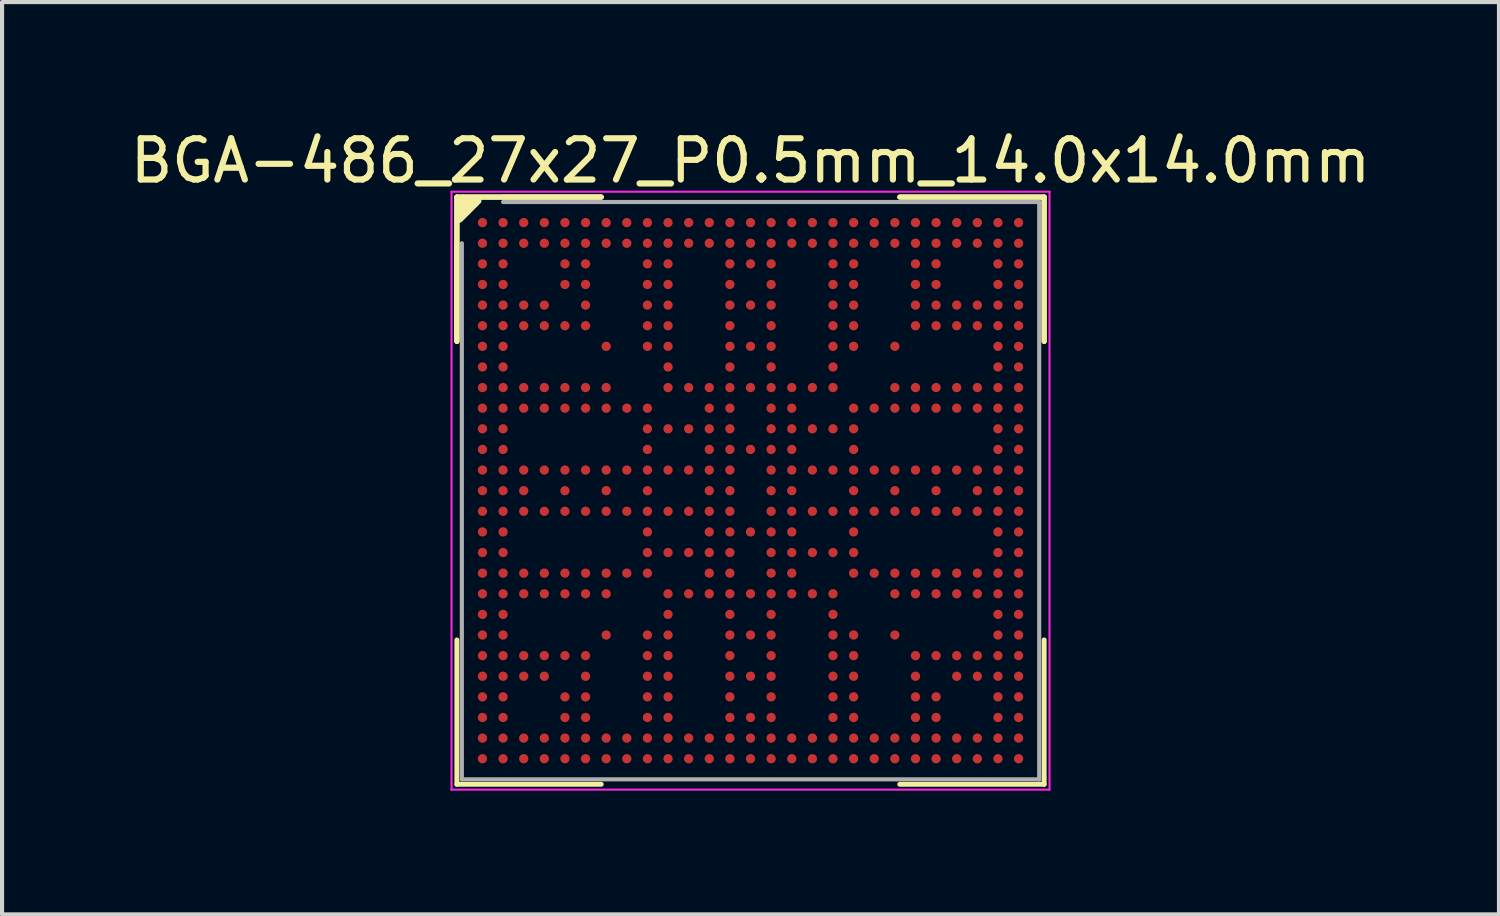
<source format=kicad_pcb>
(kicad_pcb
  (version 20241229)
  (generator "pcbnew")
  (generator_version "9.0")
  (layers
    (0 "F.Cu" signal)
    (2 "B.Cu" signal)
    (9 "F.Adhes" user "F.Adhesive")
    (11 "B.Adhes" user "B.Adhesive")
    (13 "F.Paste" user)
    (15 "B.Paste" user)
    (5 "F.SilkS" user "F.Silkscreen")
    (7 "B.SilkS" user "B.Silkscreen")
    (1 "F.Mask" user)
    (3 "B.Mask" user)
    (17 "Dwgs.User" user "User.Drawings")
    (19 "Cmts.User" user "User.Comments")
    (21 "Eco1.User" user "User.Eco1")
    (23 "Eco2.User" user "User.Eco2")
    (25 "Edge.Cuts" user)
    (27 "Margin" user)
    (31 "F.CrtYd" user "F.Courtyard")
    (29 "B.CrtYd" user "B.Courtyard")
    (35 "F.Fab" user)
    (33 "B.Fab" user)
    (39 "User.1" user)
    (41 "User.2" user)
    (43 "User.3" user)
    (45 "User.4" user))
  (footprint "BGA-486_27x27_P0.5mm_14.0x14.0mm"
    (layer "F.Cu")
    (at 15.149 8.848)
    (property "Reference" "BGA-486_27x27_P0.5mm_14.0x14.0mm" (at 0 -8 0) (layer "F.SilkS") (effects (font (size 1 1) (thickness 0.15))))
    (attr smd)
    (fp_line (start -7.12 -7.12) (end -7.12 -3.62) (stroke (width 0.12) (type solid)) (layer "F.SilkS"))
    (fp_line (start -7.12 -7.12) (end -7.12 -3.62) (stroke (width 0.12) (type solid)) (layer "F.SilkS"))
    (fp_line (start -7.12 -7.12) (end -7.12 -3.62) (stroke (width 0.12) (type solid)) (layer "F.SilkS"))
    (fp_line (start -7.12 -6) (end -7.12 -3.62) (stroke (width 0.12) (type solid)) (layer "F.SilkS"))
    (fp_line (start -7.12 7.12) (end -7.12 3.62) (stroke (width 0.12) (type solid)) (layer "F.SilkS"))
    (fp_line (start -7.075 -7) (end -6.975 -7.1) (stroke (width 0.15) (type solid)) (layer "F.SilkS"))
    (fp_line (start -7.075 -6.85) (end -6.875 -7.05) (stroke (width 0.15) (type solid)) (layer "F.SilkS"))
    (fp_line (start -7.075 -6.7) (end -6.725 -7.05) (stroke (width 0.15) (type solid)) (layer "F.SilkS"))
    (fp_line (start -7.05 -6.575) (end -6.6 -7.025) (stroke (width 0.15) (type solid)) (layer "F.SilkS"))
    (fp_line (start -6.975 -7.1) (end -6.95 -7.1) (stroke (width 0.15) (type solid)) (layer "F.SilkS"))
    (fp_line (start -3.62 -7.12) (end -7.12 -7.12) (stroke (width 0.12) (type solid)) (layer "F.SilkS"))
    (fp_line (start -3.62 -7.12) (end -7.12 -7.12) (stroke (width 0.12) (type solid)) (layer "F.SilkS"))
    (fp_line (start -3.62 -7.12) (end -7.12 -7.12) (stroke (width 0.12) (type solid)) (layer "F.SilkS"))
    (fp_line (start -3.62 -7.12) (end -6 -7.12) (stroke (width 0.12) (type solid)) (layer "F.SilkS"))
    (fp_line (start -3.62 7.12) (end -7.12 7.12) (stroke (width 0.12) (type solid)) (layer "F.SilkS"))
    (fp_line (start 3.62 -7.12) (end 7.12 -7.12) (stroke (width 0.12) (type solid)) (layer "F.SilkS"))
    (fp_line (start 3.62 -7.12) (end 7.12 -7.12) (stroke (width 0.12) (type solid)) (layer "F.SilkS"))
    (fp_line (start 3.62 -7.12) (end 7.12 -7.12) (stroke (width 0.12) (type solid)) (layer "F.SilkS"))
    (fp_line (start 3.62 7.12) (end 7.12 7.12) (stroke (width 0.12) (type solid)) (layer "F.SilkS"))
    (fp_line (start 7.12 -7.12) (end 7.12 -3.62) (stroke (width 0.12) (type solid)) (layer "F.SilkS"))
    (fp_line (start 7.12 -7.12) (end 7.12 -3.62) (stroke (width 0.12) (type solid)) (layer "F.SilkS"))
    (fp_line (start 7.12 -7.12) (end 7.12 -3.62) (stroke (width 0.12) (type solid)) (layer "F.SilkS"))
    (fp_line (start 7.12 7.12) (end 7.12 3.62) (stroke (width 0.12) (type solid)) (layer "F.SilkS"))
    (fp_line (start -7.25 -7.25) (end 7.25 -7.25) (stroke (width 0.05) (type solid)) (layer "F.CrtYd"))
    (fp_line (start -7.25 7.25) (end -7.25 -7.25) (stroke (width 0.05) (type solid)) (layer "F.CrtYd"))
    (fp_line (start 7.25 -7.25) (end 7.25 7.25) (stroke (width 0.05) (type solid)) (layer "F.CrtYd"))
    (fp_line (start 7.25 7.25) (end -7.25 7.25) (stroke (width 0.05) (type solid)) (layer "F.CrtYd"))
    (fp_line (start -7 -6) (end -7 7) (stroke (width 0.1) (type solid)) (layer "F.Fab"))
    (fp_line (start -7 7) (end 7 7) (stroke (width 0.1) (type solid)) (layer "F.Fab"))
    (fp_line (start 7 -7) (end -6 -7) (stroke (width 0.1) (type solid)) (layer "F.Fab"))
    (fp_line (start 7 7) (end 7 -7) (stroke (width 0.1) (type solid)) (layer "F.Fab"))
    (pad "A1" smd circle (at -6.5 -6.5) (size 0.225 0.225) (layers "F.Cu" "F.Mask" "F.Paste"))
    (pad "A2" smd circle (at -6 -6.5) (size 0.225 0.225) (layers "F.Cu" "F.Mask" "F.Paste"))
    (pad "A3" smd circle (at -5.5 -6.5) (size 0.225 0.225) (layers "F.Cu" "F.Mask" "F.Paste"))
    (pad "A4" smd circle (at -5 -6.5) (size 0.225 0.225) (layers "F.Cu" "F.Mask" "F.Paste"))
    (pad "A5" smd circle (at -4.5 -6.5) (size 0.225 0.225) (layers "F.Cu" "F.Mask" "F.Paste"))
    (pad "A6" smd circle (at -4 -6.5) (size 0.225 0.225) (layers "F.Cu" "F.Mask" "F.Paste"))
    (pad "A7" smd circle (at -3.5 -6.5) (size 0.225 0.225) (layers "F.Cu" "F.Mask" "F.Paste"))
    (pad "A8" smd circle (at -3 -6.5) (size 0.225 0.225) (layers "F.Cu" "F.Mask" "F.Paste"))
    (pad "A9" smd circle (at -2.5 -6.5) (size 0.225 0.225) (layers "F.Cu" "F.Mask" "F.Paste"))
    (pad "A10" smd circle (at -2 -6.5) (size 0.225 0.225) (layers "F.Cu" "F.Mask" "F.Paste"))
    (pad "A11" smd circle (at -1.5 -6.5) (size 0.225 0.225) (layers "F.Cu" "F.Mask" "F.Paste"))
    (pad "A12" smd circle (at -1 -6.5) (size 0.225 0.225) (layers "F.Cu" "F.Mask" "F.Paste"))
    (pad "A13" smd circle (at -0.5 -6.5) (size 0.225 0.225) (layers "F.Cu" "F.Mask" "F.Paste"))
    (pad "A14" smd circle (at 0 -6.5) (size 0.225 0.225) (layers "F.Cu" "F.Mask" "F.Paste"))
    (pad "A15" smd circle (at 0.5 -6.5) (size 0.225 0.225) (layers "F.Cu" "F.Mask" "F.Paste"))
    (pad "A16" smd circle (at 1 -6.5) (size 0.225 0.225) (layers "F.Cu" "F.Mask" "F.Paste"))
    (pad "A17" smd circle (at 1.5 -6.5) (size 0.225 0.225) (layers "F.Cu" "F.Mask" "F.Paste"))
    (pad "A18" smd circle (at 2 -6.5) (size 0.225 0.225) (layers "F.Cu" "F.Mask" "F.Paste"))
    (pad "A19" smd circle (at 2.5 -6.5) (size 0.225 0.225) (layers "F.Cu" "F.Mask" "F.Paste"))
    (pad "A20" smd circle (at 3 -6.5) (size 0.225 0.225) (layers "F.Cu" "F.Mask" "F.Paste"))
    (pad "A21" smd circle (at 3.5 -6.5) (size 0.225 0.225) (layers "F.Cu" "F.Mask" "F.Paste"))
    (pad "A22" smd circle (at 4 -6.5) (size 0.225 0.225) (layers "F.Cu" "F.Mask" "F.Paste"))
    (pad "A23" smd circle (at 4.5 -6.5) (size 0.225 0.225) (layers "F.Cu" "F.Mask" "F.Paste"))
    (pad "A24" smd circle (at 5 -6.5) (size 0.225 0.225) (layers "F.Cu" "F.Mask" "F.Paste"))
    (pad "A25" smd circle (at 5.5 -6.5) (size 0.225 0.225) (layers "F.Cu" "F.Mask" "F.Paste"))
    (pad "A26" smd circle (at 6 -6.5) (size 0.225 0.225) (layers "F.Cu" "F.Mask" "F.Paste"))
    (pad "A27" smd circle (at 6.5 -6.5) (size 0.225 0.225) (layers "F.Cu" "F.Mask" "F.Paste"))
    (pad "AA1" smd circle (at -6.5 3.5) (size 0.225 0.225) (layers "F.Cu" "F.Mask" "F.Paste"))
    (pad "AA2" smd circle (at -6 3.5) (size 0.225 0.225) (layers "F.Cu" "F.Mask" "F.Paste"))
    (pad "AA7" smd circle (at -3.5 3.5) (size 0.225 0.225) (layers "F.Cu" "F.Mask" "F.Paste"))
    (pad "AA9" smd circle (at -2.5 3.5) (size 0.225 0.225) (layers "F.Cu" "F.Mask" "F.Paste"))
    (pad "AA10" smd circle (at -2 3.5) (size 0.225 0.225) (layers "F.Cu" "F.Mask" "F.Paste"))
    (pad "AA13" smd circle (at -0.5 3.5) (size 0.225 0.225) (layers "F.Cu" "F.Mask" "F.Paste"))
    (pad "AA14" smd circle (at 0 3.5) (size 0.225 0.225) (layers "F.Cu" "F.Mask" "F.Paste"))
    (pad "AA15" smd circle (at 0.5 3.5) (size 0.225 0.225) (layers "F.Cu" "F.Mask" "F.Paste"))
    (pad "AA18" smd circle (at 2 3.5) (size 0.225 0.225) (layers "F.Cu" "F.Mask" "F.Paste"))
    (pad "AA19" smd circle (at 2.5 3.5) (size 0.225 0.225) (layers "F.Cu" "F.Mask" "F.Paste"))
    (pad "AA21" smd circle (at 3.5 3.5) (size 0.225 0.225) (layers "F.Cu" "F.Mask" "F.Paste"))
    (pad "AA26" smd circle (at 6 3.5) (size 0.225 0.225) (layers "F.Cu" "F.Mask" "F.Paste"))
    (pad "AA27" smd circle (at 6.5 3.5) (size 0.225 0.225) (layers "F.Cu" "F.Mask" "F.Paste"))
    (pad "AB1" smd circle (at -6.5 4) (size 0.225 0.225) (layers "F.Cu" "F.Mask" "F.Paste"))
    (pad "AB2" smd circle (at -6 4) (size 0.225 0.225) (layers "F.Cu" "F.Mask" "F.Paste"))
    (pad "AB3" smd circle (at -5.5 4) (size 0.225 0.225) (layers "F.Cu" "F.Mask" "F.Paste"))
    (pad "AB4" smd circle (at -5 4) (size 0.225 0.225) (layers "F.Cu" "F.Mask" "F.Paste"))
    (pad "AB5" smd circle (at -4.5 4) (size 0.225 0.225) (layers "F.Cu" "F.Mask" "F.Paste"))
    (pad "AB6" smd circle (at -4 4) (size 0.225 0.225) (layers "F.Cu" "F.Mask" "F.Paste"))
    (pad "AB9" smd circle (at -2.5 4) (size 0.225 0.225) (layers "F.Cu" "F.Mask" "F.Paste"))
    (pad "AB10" smd circle (at -2 4) (size 0.225 0.225) (layers "F.Cu" "F.Mask" "F.Paste"))
    (pad "AB13" smd circle (at -0.5 4) (size 0.225 0.225) (layers "F.Cu" "F.Mask" "F.Paste"))
    (pad "AB15" smd circle (at 0.5 4) (size 0.225 0.225) (layers "F.Cu" "F.Mask" "F.Paste"))
    (pad "AB18" smd circle (at 2 4) (size 0.225 0.225) (layers "F.Cu" "F.Mask" "F.Paste"))
    (pad "AB19" smd circle (at 2.5 4) (size 0.225 0.225) (layers "F.Cu" "F.Mask" "F.Paste"))
    (pad "AB22" smd circle (at 4 4) (size 0.225 0.225) (layers "F.Cu" "F.Mask" "F.Paste"))
    (pad "AB23" smd circle (at 4.5 4) (size 0.225 0.225) (layers "F.Cu" "F.Mask" "F.Paste"))
    (pad "AB24" smd circle (at 5 4) (size 0.225 0.225) (layers "F.Cu" "F.Mask" "F.Paste"))
    (pad "AB25" smd circle (at 5.5 4) (size 0.225 0.225) (layers "F.Cu" "F.Mask" "F.Paste"))
    (pad "AB26" smd circle (at 6 4) (size 0.225 0.225) (layers "F.Cu" "F.Mask" "F.Paste"))
    (pad "AB27" smd circle (at 6.5 4) (size 0.225 0.225) (layers "F.Cu" "F.Mask" "F.Paste"))
    (pad "AC1" smd circle (at -6.5 4.5) (size 0.225 0.225) (layers "F.Cu" "F.Mask" "F.Paste"))
    (pad "AC2" smd circle (at -6 4.5) (size 0.225 0.225) (layers "F.Cu" "F.Mask" "F.Paste"))
    (pad "AC3" smd circle (at -5.5 4.5) (size 0.225 0.225) (layers "F.Cu" "F.Mask" "F.Paste"))
    (pad "AC4" smd circle (at -5 4.5) (size 0.225 0.225) (layers "F.Cu" "F.Mask" "F.Paste"))
    (pad "AC6" smd circle (at -4 4.5) (size 0.225 0.225) (layers "F.Cu" "F.Mask" "F.Paste"))
    (pad "AC9" smd circle (at -2.5 4.5) (size 0.225 0.225) (layers "F.Cu" "F.Mask" "F.Paste"))
    (pad "AC10" smd circle (at -2 4.5) (size 0.225 0.225) (layers "F.Cu" "F.Mask" "F.Paste"))
    (pad "AC13" smd circle (at -0.5 4.5) (size 0.225 0.225) (layers "F.Cu" "F.Mask" "F.Paste"))
    (pad "AC14" smd circle (at 0 4.5) (size 0.225 0.225) (layers "F.Cu" "F.Mask" "F.Paste"))
    (pad "AC15" smd circle (at 0.5 4.5) (size 0.225 0.225) (layers "F.Cu" "F.Mask" "F.Paste"))
    (pad "AC18" smd circle (at 2 4.5) (size 0.225 0.225) (layers "F.Cu" "F.Mask" "F.Paste"))
    (pad "AC19" smd circle (at 2.5 4.5) (size 0.225 0.225) (layers "F.Cu" "F.Mask" "F.Paste"))
    (pad "AC22" smd circle (at 4 4.5) (size 0.225 0.225) (layers "F.Cu" "F.Mask" "F.Paste"))
    (pad "AC24" smd circle (at 5 4.5) (size 0.225 0.225) (layers "F.Cu" "F.Mask" "F.Paste"))
    (pad "AC25" smd circle (at 5.5 4.5) (size 0.225 0.225) (layers "F.Cu" "F.Mask" "F.Paste"))
    (pad "AC26" smd circle (at 6 4.5) (size 0.225 0.225) (layers "F.Cu" "F.Mask" "F.Paste"))
    (pad "AC27" smd circle (at 6.5 4.5) (size 0.225 0.225) (layers "F.Cu" "F.Mask" "F.Paste"))
    (pad "AD1" smd circle (at -6.5 5) (size 0.225 0.225) (layers "F.Cu" "F.Mask" "F.Paste"))
    (pad "AD2" smd circle (at -6 5) (size 0.225 0.225) (layers "F.Cu" "F.Mask" "F.Paste"))
    (pad "AD5" smd circle (at -4.5 5) (size 0.225 0.225) (layers "F.Cu" "F.Mask" "F.Paste"))
    (pad "AD6" smd circle (at -4 5) (size 0.225 0.225) (layers "F.Cu" "F.Mask" "F.Paste"))
    (pad "AD9" smd circle (at -2.5 5) (size 0.225 0.225) (layers "F.Cu" "F.Mask" "F.Paste"))
    (pad "AD10" smd circle (at -2 5) (size 0.225 0.225) (layers "F.Cu" "F.Mask" "F.Paste"))
    (pad "AD13" smd circle (at -0.5 5) (size 0.225 0.225) (layers "F.Cu" "F.Mask" "F.Paste"))
    (pad "AD15" smd circle (at 0.5 5) (size 0.225 0.225) (layers "F.Cu" "F.Mask" "F.Paste"))
    (pad "AD18" smd circle (at 2 5) (size 0.225 0.225) (layers "F.Cu" "F.Mask" "F.Paste"))
    (pad "AD19" smd circle (at 2.5 5) (size 0.225 0.225) (layers "F.Cu" "F.Mask" "F.Paste"))
    (pad "AD22" smd circle (at 4 5) (size 0.225 0.225) (layers "F.Cu" "F.Mask" "F.Paste"))
    (pad "AD23" smd circle (at 4.5 5) (size 0.225 0.225) (layers "F.Cu" "F.Mask" "F.Paste"))
    (pad "AD26" smd circle (at 6 5) (size 0.225 0.225) (layers "F.Cu" "F.Mask" "F.Paste"))
    (pad "AD27" smd circle (at 6.5 5) (size 0.225 0.225) (layers "F.Cu" "F.Mask" "F.Paste"))
    (pad "AE1" smd circle (at -6.5 5.5) (size 0.225 0.225) (layers "F.Cu" "F.Mask" "F.Paste"))
    (pad "AE2" smd circle (at -6 5.5) (size 0.225 0.225) (layers "F.Cu" "F.Mask" "F.Paste"))
    (pad "AE5" smd circle (at -4.5 5.5) (size 0.225 0.225) (layers "F.Cu" "F.Mask" "F.Paste"))
    (pad "AE6" smd circle (at -4 5.5) (size 0.225 0.225) (layers "F.Cu" "F.Mask" "F.Paste"))
    (pad "AE9" smd circle (at -2.5 5.5) (size 0.225 0.225) (layers "F.Cu" "F.Mask" "F.Paste"))
    (pad "AE10" smd circle (at -2 5.5) (size 0.225 0.225) (layers "F.Cu" "F.Mask" "F.Paste"))
    (pad "AE13" smd circle (at -0.5 5.5) (size 0.225 0.225) (layers "F.Cu" "F.Mask" "F.Paste"))
    (pad "AE14" smd circle (at 0 5.5) (size 0.225 0.225) (layers "F.Cu" "F.Mask" "F.Paste"))
    (pad "AE15" smd circle (at 0.5 5.5) (size 0.225 0.225) (layers "F.Cu" "F.Mask" "F.Paste"))
    (pad "AE18" smd circle (at 2 5.5) (size 0.225 0.225) (layers "F.Cu" "F.Mask" "F.Paste"))
    (pad "AE19" smd circle (at 2.5 5.5) (size 0.225 0.225) (layers "F.Cu" "F.Mask" "F.Paste"))
    (pad "AE22" smd circle (at 4 5.5) (size 0.225 0.225) (layers "F.Cu" "F.Mask" "F.Paste"))
    (pad "AE23" smd circle (at 4.5 5.5) (size 0.225 0.225) (layers "F.Cu" "F.Mask" "F.Paste"))
    (pad "AE26" smd circle (at 6 5.5) (size 0.225 0.225) (layers "F.Cu" "F.Mask" "F.Paste"))
    (pad "AE27" smd circle (at 6.5 5.5) (size 0.225 0.225) (layers "F.Cu" "F.Mask" "F.Paste"))
    (pad "AF1" smd circle (at -6.5 6) (size 0.225 0.225) (layers "F.Cu" "F.Mask" "F.Paste"))
    (pad "AF2" smd circle (at -6 6) (size 0.225 0.225) (layers "F.Cu" "F.Mask" "F.Paste"))
    (pad "AF3" smd circle (at -5.5 6) (size 0.225 0.225) (layers "F.Cu" "F.Mask" "F.Paste"))
    (pad "AF4" smd circle (at -5 6) (size 0.225 0.225) (layers "F.Cu" "F.Mask" "F.Paste"))
    (pad "AF5" smd circle (at -4.5 6) (size 0.225 0.225) (layers "F.Cu" "F.Mask" "F.Paste"))
    (pad "AF6" smd circle (at -4 6) (size 0.225 0.225) (layers "F.Cu" "F.Mask" "F.Paste"))
    (pad "AF7" smd circle (at -3.5 6) (size 0.225 0.225) (layers "F.Cu" "F.Mask" "F.Paste"))
    (pad "AF8" smd circle (at -3 6) (size 0.225 0.225) (layers "F.Cu" "F.Mask" "F.Paste"))
    (pad "AF9" smd circle (at -2.5 6) (size 0.225 0.225) (layers "F.Cu" "F.Mask" "F.Paste"))
    (pad "AF10" smd circle (at -2 6) (size 0.225 0.225) (layers "F.Cu" "F.Mask" "F.Paste"))
    (pad "AF11" smd circle (at -1.5 6) (size 0.225 0.225) (layers "F.Cu" "F.Mask" "F.Paste"))
    (pad "AF12" smd circle (at -1 6) (size 0.225 0.225) (layers "F.Cu" "F.Mask" "F.Paste"))
    (pad "AF13" smd circle (at -0.5 6) (size 0.225 0.225) (layers "F.Cu" "F.Mask" "F.Paste"))
    (pad "AF14" smd circle (at 0 6) (size 0.225 0.225) (layers "F.Cu" "F.Mask" "F.Paste"))
    (pad "AF15" smd circle (at 0.5 6) (size 0.225 0.225) (layers "F.Cu" "F.Mask" "F.Paste"))
    (pad "AF16" smd circle (at 1 6) (size 0.225 0.225) (layers "F.Cu" "F.Mask" "F.Paste"))
    (pad "AF17" smd circle (at 1.5 6) (size 0.225 0.225) (layers "F.Cu" "F.Mask" "F.Paste"))
    (pad "AF18" smd circle (at 2 6) (size 0.225 0.225) (layers "F.Cu" "F.Mask" "F.Paste"))
    (pad "AF19" smd circle (at 2.5 6) (size 0.225 0.225) (layers "F.Cu" "F.Mask" "F.Paste"))
    (pad "AF20" smd circle (at 3 6) (size 0.225 0.225) (layers "F.Cu" "F.Mask" "F.Paste"))
    (pad "AF21" smd circle (at 3.5 6) (size 0.225 0.225) (layers "F.Cu" "F.Mask" "F.Paste"))
    (pad "AF22" smd circle (at 4 6) (size 0.225 0.225) (layers "F.Cu" "F.Mask" "F.Paste"))
    (pad "AF23" smd circle (at 4.5 6) (size 0.225 0.225) (layers "F.Cu" "F.Mask" "F.Paste"))
    (pad "AF24" smd circle (at 5 6) (size 0.225 0.225) (layers "F.Cu" "F.Mask" "F.Paste"))
    (pad "AF25" smd circle (at 5.5 6) (size 0.225 0.225) (layers "F.Cu" "F.Mask" "F.Paste"))
    (pad "AF26" smd circle (at 6 6) (size 0.225 0.225) (layers "F.Cu" "F.Mask" "F.Paste"))
    (pad "AF27" smd circle (at 6.5 6) (size 0.225 0.225) (layers "F.Cu" "F.Mask" "F.Paste"))
    (pad "AG1" smd circle (at -6.5 6.5) (size 0.225 0.225) (layers "F.Cu" "F.Mask" "F.Paste"))
    (pad "AG2" smd circle (at -6 6.5) (size 0.225 0.225) (layers "F.Cu" "F.Mask" "F.Paste"))
    (pad "AG3" smd circle (at -5.5 6.5) (size 0.225 0.225) (layers "F.Cu" "F.Mask" "F.Paste"))
    (pad "AG4" smd circle (at -5 6.5) (size 0.225 0.225) (layers "F.Cu" "F.Mask" "F.Paste"))
    (pad "AG5" smd circle (at -4.5 6.5) (size 0.225 0.225) (layers "F.Cu" "F.Mask" "F.Paste"))
    (pad "AG6" smd circle (at -4 6.5) (size 0.225 0.225) (layers "F.Cu" "F.Mask" "F.Paste"))
    (pad "AG7" smd circle (at -3.5 6.5) (size 0.225 0.225) (layers "F.Cu" "F.Mask" "F.Paste"))
    (pad "AG8" smd circle (at -3 6.5) (size 0.225 0.225) (layers "F.Cu" "F.Mask" "F.Paste"))
    (pad "AG9" smd circle (at -2.5 6.5) (size 0.225 0.225) (layers "F.Cu" "F.Mask" "F.Paste"))
    (pad "AG10" smd circle (at -2 6.5) (size 0.225 0.225) (layers "F.Cu" "F.Mask" "F.Paste"))
    (pad "AG11" smd circle (at -1.5 6.5) (size 0.225 0.225) (layers "F.Cu" "F.Mask" "F.Paste"))
    (pad "AG12" smd circle (at -1 6.5) (size 0.225 0.225) (layers "F.Cu" "F.Mask" "F.Paste"))
    (pad "AG13" smd circle (at -0.5 6.5) (size 0.225 0.225) (layers "F.Cu" "F.Mask" "F.Paste"))
    (pad "AG14" smd circle (at 0 6.5) (size 0.225 0.225) (layers "F.Cu" "F.Mask" "F.Paste"))
    (pad "AG15" smd circle (at 0.5 6.5) (size 0.225 0.225) (layers "F.Cu" "F.Mask" "F.Paste"))
    (pad "AG16" smd circle (at 1 6.5) (size 0.225 0.225) (layers "F.Cu" "F.Mask" "F.Paste"))
    (pad "AG17" smd circle (at 1.5 6.5) (size 0.225 0.225) (layers "F.Cu" "F.Mask" "F.Paste"))
    (pad "AG18" smd circle (at 2 6.5) (size 0.225 0.225) (layers "F.Cu" "F.Mask" "F.Paste"))
    (pad "AG19" smd circle (at 2.5 6.5) (size 0.225 0.225) (layers "F.Cu" "F.Mask" "F.Paste"))
    (pad "AG20" smd circle (at 3 6.5) (size 0.225 0.225) (layers "F.Cu" "F.Mask" "F.Paste"))
    (pad "AG21" smd circle (at 3.5 6.5) (size 0.225 0.225) (layers "F.Cu" "F.Mask" "F.Paste"))
    (pad "AG22" smd circle (at 4 6.5) (size 0.225 0.225) (layers "F.Cu" "F.Mask" "F.Paste"))
    (pad "AG23" smd circle (at 4.5 6.5) (size 0.225 0.225) (layers "F.Cu" "F.Mask" "F.Paste"))
    (pad "AG24" smd circle (at 5 6.5) (size 0.225 0.225) (layers "F.Cu" "F.Mask" "F.Paste"))
    (pad "AG25" smd circle (at 5.5 6.5) (size 0.225 0.225) (layers "F.Cu" "F.Mask" "F.Paste"))
    (pad "AG26" smd circle (at 6 6.5) (size 0.225 0.225) (layers "F.Cu" "F.Mask" "F.Paste"))
    (pad "AG27" smd circle (at 6.5 6.5) (size 0.225 0.225) (layers "F.Cu" "F.Mask" "F.Paste"))
    (pad "B1" smd circle (at -6.5 -6) (size 0.225 0.225) (layers "F.Cu" "F.Mask" "F.Paste"))
    (pad "B2" smd circle (at -6 -6) (size 0.225 0.225) (layers "F.Cu" "F.Mask" "F.Paste"))
    (pad "B3" smd circle (at -5.5 -6) (size 0.225 0.225) (layers "F.Cu" "F.Mask" "F.Paste"))
    (pad "B4" smd circle (at -5 -6) (size 0.225 0.225) (layers "F.Cu" "F.Mask" "F.Paste"))
    (pad "B5" smd circle (at -4.5 -6) (size 0.225 0.225) (layers "F.Cu" "F.Mask" "F.Paste"))
    (pad "B6" smd circle (at -4 -6) (size 0.225 0.225) (layers "F.Cu" "F.Mask" "F.Paste"))
    (pad "B7" smd circle (at -3.5 -6) (size 0.225 0.225) (layers "F.Cu" "F.Mask" "F.Paste"))
    (pad "B8" smd circle (at -3 -6) (size 0.225 0.225) (layers "F.Cu" "F.Mask" "F.Paste"))
    (pad "B9" smd circle (at -2.5 -6) (size 0.225 0.225) (layers "F.Cu" "F.Mask" "F.Paste"))
    (pad "B10" smd circle (at -2 -6) (size 0.225 0.225) (layers "F.Cu" "F.Mask" "F.Paste"))
    (pad "B11" smd circle (at -1.5 -6) (size 0.225 0.225) (layers "F.Cu" "F.Mask" "F.Paste"))
    (pad "B12" smd circle (at -1 -6) (size 0.225 0.225) (layers "F.Cu" "F.Mask" "F.Paste"))
    (pad "B13" smd circle (at -0.5 -6) (size 0.225 0.225) (layers "F.Cu" "F.Mask" "F.Paste"))
    (pad "B14" smd circle (at 0 -6) (size 0.225 0.225) (layers "F.Cu" "F.Mask" "F.Paste"))
    (pad "B15" smd circle (at 0.5 -6) (size 0.225 0.225) (layers "F.Cu" "F.Mask" "F.Paste"))
    (pad "B16" smd circle (at 1 -6) (size 0.225 0.225) (layers "F.Cu" "F.Mask" "F.Paste"))
    (pad "B17" smd circle (at 1.5 -6) (size 0.225 0.225) (layers "F.Cu" "F.Mask" "F.Paste"))
    (pad "B18" smd circle (at 2 -6) (size 0.225 0.225) (layers "F.Cu" "F.Mask" "F.Paste"))
    (pad "B19" smd circle (at 2.5 -6) (size 0.225 0.225) (layers "F.Cu" "F.Mask" "F.Paste"))
    (pad "B20" smd circle (at 3 -6) (size 0.225 0.225) (layers "F.Cu" "F.Mask" "F.Paste"))
    (pad "B21" smd circle (at 3.5 -6) (size 0.225 0.225) (layers "F.Cu" "F.Mask" "F.Paste"))
    (pad "B22" smd circle (at 4 -6) (size 0.225 0.225) (layers "F.Cu" "F.Mask" "F.Paste"))
    (pad "B23" smd circle (at 4.5 -6) (size 0.225 0.225) (layers "F.Cu" "F.Mask" "F.Paste"))
    (pad "B24" smd circle (at 5 -6) (size 0.225 0.225) (layers "F.Cu" "F.Mask" "F.Paste"))
    (pad "B25" smd circle (at 5.5 -6) (size 0.225 0.225) (layers "F.Cu" "F.Mask" "F.Paste"))
    (pad "B26" smd circle (at 6 -6) (size 0.225 0.225) (layers "F.Cu" "F.Mask" "F.Paste"))
    (pad "B27" smd circle (at 6.5 -6) (size 0.225 0.225) (layers "F.Cu" "F.Mask" "F.Paste"))
    (pad "C1" smd circle (at -6.5 -5.5) (size 0.225 0.225) (layers "F.Cu" "F.Mask" "F.Paste"))
    (pad "C2" smd circle (at -6 -5.5) (size 0.225 0.225) (layers "F.Cu" "F.Mask" "F.Paste"))
    (pad "C5" smd circle (at -4.5 -5.5) (size 0.225 0.225) (layers "F.Cu" "F.Mask" "F.Paste"))
    (pad "C6" smd circle (at -4 -5.5) (size 0.225 0.225) (layers "F.Cu" "F.Mask" "F.Paste"))
    (pad "C9" smd circle (at -2.5 -5.5) (size 0.225 0.225) (layers "F.Cu" "F.Mask" "F.Paste"))
    (pad "C10" smd circle (at -2 -5.5) (size 0.225 0.225) (layers "F.Cu" "F.Mask" "F.Paste"))
    (pad "C13" smd circle (at -0.5 -5.5) (size 0.225 0.225) (layers "F.Cu" "F.Mask" "F.Paste"))
    (pad "C14" smd circle (at 0 -5.5) (size 0.225 0.225) (layers "F.Cu" "F.Mask" "F.Paste"))
    (pad "C15" smd circle (at 0.5 -5.5) (size 0.225 0.225) (layers "F.Cu" "F.Mask" "F.Paste"))
    (pad "C18" smd circle (at 2 -5.5) (size 0.225 0.225) (layers "F.Cu" "F.Mask" "F.Paste"))
    (pad "C19" smd circle (at 2.5 -5.5) (size 0.225 0.225) (layers "F.Cu" "F.Mask" "F.Paste"))
    (pad "C22" smd circle (at 4 -5.5) (size 0.225 0.225) (layers "F.Cu" "F.Mask" "F.Paste"))
    (pad "C23" smd circle (at 4.5 -5.5) (size 0.225 0.225) (layers "F.Cu" "F.Mask" "F.Paste"))
    (pad "C26" smd circle (at 6 -5.5) (size 0.225 0.225) (layers "F.Cu" "F.Mask" "F.Paste"))
    (pad "C27" smd circle (at 6.5 -5.5) (size 0.225 0.225) (layers "F.Cu" "F.Mask" "F.Paste"))
    (pad "D1" smd circle (at -6.5 -5) (size 0.225 0.225) (layers "F.Cu" "F.Mask" "F.Paste"))
    (pad "D2" smd circle (at -6 -5) (size 0.225 0.225) (layers "F.Cu" "F.Mask" "F.Paste"))
    (pad "D5" smd circle (at -4.5 -5) (size 0.225 0.225) (layers "F.Cu" "F.Mask" "F.Paste"))
    (pad "D6" smd circle (at -4 -5) (size 0.225 0.225) (layers "F.Cu" "F.Mask" "F.Paste"))
    (pad "D9" smd circle (at -2.5 -5) (size 0.225 0.225) (layers "F.Cu" "F.Mask" "F.Paste"))
    (pad "D10" smd circle (at -2 -5) (size 0.225 0.225) (layers "F.Cu" "F.Mask" "F.Paste"))
    (pad "D13" smd circle (at -0.5 -5) (size 0.225 0.225) (layers "F.Cu" "F.Mask" "F.Paste"))
    (pad "D15" smd circle (at 0.5 -5) (size 0.225 0.225) (layers "F.Cu" "F.Mask" "F.Paste"))
    (pad "D18" smd circle (at 2 -5) (size 0.225 0.225) (layers "F.Cu" "F.Mask" "F.Paste"))
    (pad "D19" smd circle (at 2.5 -5) (size 0.225 0.225) (layers "F.Cu" "F.Mask" "F.Paste"))
    (pad "D22" smd circle (at 4 -5) (size 0.225 0.225) (layers "F.Cu" "F.Mask" "F.Paste"))
    (pad "D23" smd circle (at 4.5 -5) (size 0.225 0.225) (layers "F.Cu" "F.Mask" "F.Paste"))
    (pad "D26" smd circle (at 6 -5) (size 0.225 0.225) (layers "F.Cu" "F.Mask" "F.Paste"))
    (pad "D27" smd circle (at 6.5 -5) (size 0.225 0.225) (layers "F.Cu" "F.Mask" "F.Paste"))
    (pad "E1" smd circle (at -6.5 -4.5) (size 0.225 0.225) (layers "F.Cu" "F.Mask" "F.Paste"))
    (pad "E2" smd circle (at -6 -4.5) (size 0.225 0.225) (layers "F.Cu" "F.Mask" "F.Paste"))
    (pad "E3" smd circle (at -5.5 -4.5) (size 0.225 0.225) (layers "F.Cu" "F.Mask" "F.Paste"))
    (pad "E4" smd circle (at -5 -4.5) (size 0.225 0.225) (layers "F.Cu" "F.Mask" "F.Paste"))
    (pad "E6" smd circle (at -4 -4.5) (size 0.225 0.225) (layers "F.Cu" "F.Mask" "F.Paste"))
    (pad "E9" smd circle (at -2.5 -4.5) (size 0.225 0.225) (layers "F.Cu" "F.Mask" "F.Paste"))
    (pad "E10" smd circle (at -2 -4.5) (size 0.225 0.225) (layers "F.Cu" "F.Mask" "F.Paste"))
    (pad "E13" smd circle (at -0.5 -4.5) (size 0.225 0.225) (layers "F.Cu" "F.Mask" "F.Paste"))
    (pad "E14" smd circle (at 0 -4.5) (size 0.225 0.225) (layers "F.Cu" "F.Mask" "F.Paste"))
    (pad "E15" smd circle (at 0.5 -4.5) (size 0.225 0.225) (layers "F.Cu" "F.Mask" "F.Paste"))
    (pad "E18" smd circle (at 2 -4.5) (size 0.225 0.225) (layers "F.Cu" "F.Mask" "F.Paste"))
    (pad "E19" smd circle (at 2.5 -4.5) (size 0.225 0.225) (layers "F.Cu" "F.Mask" "F.Paste"))
    (pad "E22" smd circle (at 4 -4.5) (size 0.225 0.225) (layers "F.Cu" "F.Mask" "F.Paste"))
    (pad "E23" smd circle (at 4.5 -4.5) (size 0.225 0.225) (layers "F.Cu" "F.Mask" "F.Paste"))
    (pad "E24" smd circle (at 5 -4.5) (size 0.225 0.225) (layers "F.Cu" "F.Mask" "F.Paste"))
    (pad "E25" smd circle (at 5.5 -4.5) (size 0.225 0.225) (layers "F.Cu" "F.Mask" "F.Paste"))
    (pad "E26" smd circle (at 6 -4.5) (size 0.225 0.225) (layers "F.Cu" "F.Mask" "F.Paste"))
    (pad "E27" smd circle (at 6.5 -4.5) (size 0.225 0.225) (layers "F.Cu" "F.Mask" "F.Paste"))
    (pad "F1" smd circle (at -6.5 -4) (size 0.225 0.225) (layers "F.Cu" "F.Mask" "F.Paste"))
    (pad "F2" smd circle (at -6 -4) (size 0.225 0.225) (layers "F.Cu" "F.Mask" "F.Paste"))
    (pad "F3" smd circle (at -5.5 -4) (size 0.225 0.225) (layers "F.Cu" "F.Mask" "F.Paste"))
    (pad "F4" smd circle (at -5 -4) (size 0.225 0.225) (layers "F.Cu" "F.Mask" "F.Paste"))
    (pad "F5" smd circle (at -4.5 -4) (size 0.225 0.225) (layers "F.Cu" "F.Mask" "F.Paste"))
    (pad "F6" smd circle (at -4 -4) (size 0.225 0.225) (layers "F.Cu" "F.Mask" "F.Paste"))
    (pad "F9" smd circle (at -2.5 -4) (size 0.225 0.225) (layers "F.Cu" "F.Mask" "F.Paste"))
    (pad "F10" smd circle (at -2 -4) (size 0.225 0.225) (layers "F.Cu" "F.Mask" "F.Paste"))
    (pad "F13" smd circle (at -0.5 -4) (size 0.225 0.225) (layers "F.Cu" "F.Mask" "F.Paste"))
    (pad "F15" smd circle (at 0.5 -4) (size 0.225 0.225) (layers "F.Cu" "F.Mask" "F.Paste"))
    (pad "F18" smd circle (at 2 -4) (size 0.225 0.225) (layers "F.Cu" "F.Mask" "F.Paste"))
    (pad "F19" smd circle (at 2.5 -4) (size 0.225 0.225) (layers "F.Cu" "F.Mask" "F.Paste"))
    (pad "F22" smd circle (at 4 -4) (size 0.225 0.225) (layers "F.Cu" "F.Mask" "F.Paste"))
    (pad "F23" smd circle (at 4.5 -4) (size 0.225 0.225) (layers "F.Cu" "F.Mask" "F.Paste"))
    (pad "F24" smd circle (at 5 -4) (size 0.225 0.225) (layers "F.Cu" "F.Mask" "F.Paste"))
    (pad "F25" smd circle (at 5.5 -4) (size 0.225 0.225) (layers "F.Cu" "F.Mask" "F.Paste"))
    (pad "F26" smd circle (at 6 -4) (size 0.225 0.225) (layers "F.Cu" "F.Mask" "F.Paste"))
    (pad "F27" smd circle (at 6.5 -4) (size 0.225 0.225) (layers "F.Cu" "F.Mask" "F.Paste"))
    (pad "G1" smd circle (at -6.5 -3.5) (size 0.225 0.225) (layers "F.Cu" "F.Mask" "F.Paste"))
    (pad "G2" smd circle (at -6 -3.5) (size 0.225 0.225) (layers "F.Cu" "F.Mask" "F.Paste"))
    (pad "G7" smd circle (at -3.5 -3.5) (size 0.225 0.225) (layers "F.Cu" "F.Mask" "F.Paste"))
    (pad "G9" smd circle (at -2.5 -3.5) (size 0.225 0.225) (layers "F.Cu" "F.Mask" "F.Paste"))
    (pad "G10" smd circle (at -2 -3.5) (size 0.225 0.225) (layers "F.Cu" "F.Mask" "F.Paste"))
    (pad "G13" smd circle (at -0.5 -3.5) (size 0.225 0.225) (layers "F.Cu" "F.Mask" "F.Paste"))
    (pad "G14" smd circle (at 0 -3.5) (size 0.225 0.225) (layers "F.Cu" "F.Mask" "F.Paste"))
    (pad "G15" smd circle (at 0.5 -3.5) (size 0.225 0.225) (layers "F.Cu" "F.Mask" "F.Paste"))
    (pad "G18" smd circle (at 2 -3.5) (size 0.225 0.225) (layers "F.Cu" "F.Mask" "F.Paste"))
    (pad "G19" smd circle (at 2.5 -3.5) (size 0.225 0.225) (layers "F.Cu" "F.Mask" "F.Paste"))
    (pad "G21" smd circle (at 3.5 -3.5) (size 0.225 0.225) (layers "F.Cu" "F.Mask" "F.Paste"))
    (pad "G26" smd circle (at 6 -3.5) (size 0.225 0.225) (layers "F.Cu" "F.Mask" "F.Paste"))
    (pad "G27" smd circle (at 6.5 -3.5) (size 0.225 0.225) (layers "F.Cu" "F.Mask" "F.Paste"))
    (pad "H1" smd circle (at -6.5 -3) (size 0.225 0.225) (layers "F.Cu" "F.Mask" "F.Paste"))
    (pad "H2" smd circle (at -6 -3) (size 0.225 0.225) (layers "F.Cu" "F.Mask" "F.Paste"))
    (pad "H10" smd circle (at -2 -3) (size 0.225 0.225) (layers "F.Cu" "F.Mask" "F.Paste"))
    (pad "H13" smd circle (at -0.5 -3) (size 0.225 0.225) (layers "F.Cu" "F.Mask" "F.Paste"))
    (pad "H15" smd circle (at 0.5 -3) (size 0.225 0.225) (layers "F.Cu" "F.Mask" "F.Paste"))
    (pad "H18" smd circle (at 2 -3) (size 0.225 0.225) (layers "F.Cu" "F.Mask" "F.Paste"))
    (pad "H26" smd circle (at 6 -3) (size 0.225 0.225) (layers "F.Cu" "F.Mask" "F.Paste"))
    (pad "H27" smd circle (at 6.5 -3) (size 0.225 0.225) (layers "F.Cu" "F.Mask" "F.Paste"))
    (pad "J1" smd circle (at -6.5 -2.5) (size 0.225 0.225) (layers "F.Cu" "F.Mask" "F.Paste"))
    (pad "J2" smd circle (at -6 -2.5) (size 0.225 0.225) (layers "F.Cu" "F.Mask" "F.Paste"))
    (pad "J3" smd circle (at -5.5 -2.5) (size 0.225 0.225) (layers "F.Cu" "F.Mask" "F.Paste"))
    (pad "J4" smd circle (at -5 -2.5) (size 0.225 0.225) (layers "F.Cu" "F.Mask" "F.Paste"))
    (pad "J5" smd circle (at -4.5 -2.5) (size 0.225 0.225) (layers "F.Cu" "F.Mask" "F.Paste"))
    (pad "J6" smd circle (at -4 -2.5) (size 0.225 0.225) (layers "F.Cu" "F.Mask" "F.Paste"))
    (pad "J7" smd circle (at -3.5 -2.5) (size 0.225 0.225) (layers "F.Cu" "F.Mask" "F.Paste"))
    (pad "J10" smd circle (at -2 -2.5) (size 0.225 0.225) (layers "F.Cu" "F.Mask" "F.Paste"))
    (pad "J11" smd circle (at -1.5 -2.5) (size 0.225 0.225) (layers "F.Cu" "F.Mask" "F.Paste"))
    (pad "J12" smd circle (at -1 -2.5) (size 0.225 0.225) (layers "F.Cu" "F.Mask" "F.Paste"))
    (pad "J13" smd circle (at -0.5 -2.5) (size 0.225 0.225) (layers "F.Cu" "F.Mask" "F.Paste"))
    (pad "J14" smd circle (at 0 -2.5) (size 0.225 0.225) (layers "F.Cu" "F.Mask" "F.Paste"))
    (pad "J15" smd circle (at 0.5 -2.5) (size 0.225 0.225) (layers "F.Cu" "F.Mask" "F.Paste"))
    (pad "J16" smd circle (at 1 -2.5) (size 0.225 0.225) (layers "F.Cu" "F.Mask" "F.Paste"))
    (pad "J17" smd circle (at 1.5 -2.5) (size 0.225 0.225) (layers "F.Cu" "F.Mask" "F.Paste"))
    (pad "J18" smd circle (at 2 -2.5) (size 0.225 0.225) (layers "F.Cu" "F.Mask" "F.Paste"))
    (pad "J21" smd circle (at 3.5 -2.5) (size 0.225 0.225) (layers "F.Cu" "F.Mask" "F.Paste"))
    (pad "J22" smd circle (at 4 -2.5) (size 0.225 0.225) (layers "F.Cu" "F.Mask" "F.Paste"))
    (pad "J23" smd circle (at 4.5 -2.5) (size 0.225 0.225) (layers "F.Cu" "F.Mask" "F.Paste"))
    (pad "J24" smd circle (at 5 -2.5) (size 0.225 0.225) (layers "F.Cu" "F.Mask" "F.Paste"))
    (pad "J25" smd circle (at 5.5 -2.5) (size 0.225 0.225) (layers "F.Cu" "F.Mask" "F.Paste"))
    (pad "J26" smd circle (at 6 -2.5) (size 0.225 0.225) (layers "F.Cu" "F.Mask" "F.Paste"))
    (pad "J27" smd circle (at 6.5 -2.5) (size 0.225 0.225) (layers "F.Cu" "F.Mask" "F.Paste"))
    (pad "K1" smd circle (at -6.5 -2) (size 0.225 0.225) (layers "F.Cu" "F.Mask" "F.Paste"))
    (pad "K2" smd circle (at -6 -2) (size 0.225 0.225) (layers "F.Cu" "F.Mask" "F.Paste"))
    (pad "K3" smd circle (at -5.5 -2) (size 0.225 0.225) (layers "F.Cu" "F.Mask" "F.Paste"))
    (pad "K4" smd circle (at -5 -2) (size 0.225 0.225) (layers "F.Cu" "F.Mask" "F.Paste"))
    (pad "K5" smd circle (at -4.5 -2) (size 0.225 0.225) (layers "F.Cu" "F.Mask" "F.Paste"))
    (pad "K6" smd circle (at -4 -2) (size 0.225 0.225) (layers "F.Cu" "F.Mask" "F.Paste"))
    (pad "K7" smd circle (at -3.5 -2) (size 0.225 0.225) (layers "F.Cu" "F.Mask" "F.Paste"))
    (pad "K8" smd circle (at -3 -2) (size 0.225 0.225) (layers "F.Cu" "F.Mask" "F.Paste"))
    (pad "K9" smd circle (at -2.5 -2) (size 0.225 0.225) (layers "F.Cu" "F.Mask" "F.Paste"))
    (pad "K12" smd circle (at -1 -2) (size 0.225 0.225) (layers "F.Cu" "F.Mask" "F.Paste"))
    (pad "K13" smd circle (at -0.5 -2) (size 0.225 0.225) (layers "F.Cu" "F.Mask" "F.Paste"))
    (pad "K15" smd circle (at 0.5 -2) (size 0.225 0.225) (layers "F.Cu" "F.Mask" "F.Paste"))
    (pad "K16" smd circle (at 1 -2) (size 0.225 0.225) (layers "F.Cu" "F.Mask" "F.Paste"))
    (pad "K19" smd circle (at 2.5 -2) (size 0.225 0.225) (layers "F.Cu" "F.Mask" "F.Paste"))
    (pad "K20" smd circle (at 3 -2) (size 0.225 0.225) (layers "F.Cu" "F.Mask" "F.Paste"))
    (pad "K21" smd circle (at 3.5 -2) (size 0.225 0.225) (layers "F.Cu" "F.Mask" "F.Paste"))
    (pad "K22" smd circle (at 4 -2) (size 0.225 0.225) (layers "F.Cu" "F.Mask" "F.Paste"))
    (pad "K23" smd circle (at 4.5 -2) (size 0.225 0.225) (layers "F.Cu" "F.Mask" "F.Paste"))
    (pad "K24" smd circle (at 5 -2) (size 0.225 0.225) (layers "F.Cu" "F.Mask" "F.Paste"))
    (pad "K25" smd circle (at 5.5 -2) (size 0.225 0.225) (layers "F.Cu" "F.Mask" "F.Paste"))
    (pad "K26" smd circle (at 6 -2) (size 0.225 0.225) (layers "F.Cu" "F.Mask" "F.Paste"))
    (pad "K27" smd circle (at 6.5 -2) (size 0.225 0.225) (layers "F.Cu" "F.Mask" "F.Paste"))
    (pad "L1" smd circle (at -6.5 -1.5) (size 0.225 0.225) (layers "F.Cu" "F.Mask" "F.Paste"))
    (pad "L2" smd circle (at -6 -1.5) (size 0.225 0.225) (layers "F.Cu" "F.Mask" "F.Paste"))
    (pad "L9" smd circle (at -2.5 -1.5) (size 0.225 0.225) (layers "F.Cu" "F.Mask" "F.Paste"))
    (pad "L10" smd circle (at -2 -1.5) (size 0.225 0.225) (layers "F.Cu" "F.Mask" "F.Paste"))
    (pad "L11" smd circle (at -1.5 -1.5) (size 0.225 0.225) (layers "F.Cu" "F.Mask" "F.Paste"))
    (pad "L12" smd circle (at -1 -1.5) (size 0.225 0.225) (layers "F.Cu" "F.Mask" "F.Paste"))
    (pad "L13" smd circle (at -0.5 -1.5) (size 0.225 0.225) (layers "F.Cu" "F.Mask" "F.Paste"))
    (pad "L15" smd circle (at 0.5 -1.5) (size 0.225 0.225) (layers "F.Cu" "F.Mask" "F.Paste"))
    (pad "L16" smd circle (at 1 -1.5) (size 0.225 0.225) (layers "F.Cu" "F.Mask" "F.Paste"))
    (pad "L17" smd circle (at 1.5 -1.5) (size 0.225 0.225) (layers "F.Cu" "F.Mask" "F.Paste"))
    (pad "L18" smd circle (at 2 -1.5) (size 0.225 0.225) (layers "F.Cu" "F.Mask" "F.Paste"))
    (pad "L19" smd circle (at 2.5 -1.5) (size 0.225 0.225) (layers "F.Cu" "F.Mask" "F.Paste"))
    (pad "L26" smd circle (at 6 -1.5) (size 0.225 0.225) (layers "F.Cu" "F.Mask" "F.Paste"))
    (pad "L27" smd circle (at 6.5 -1.5) (size 0.225 0.225) (layers "F.Cu" "F.Mask" "F.Paste"))
    (pad "M1" smd circle (at -6.5 -1) (size 0.225 0.225) (layers "F.Cu" "F.Mask" "F.Paste"))
    (pad "M2" smd circle (at -6 -1) (size 0.225 0.225) (layers "F.Cu" "F.Mask" "F.Paste"))
    (pad "M9" smd circle (at -2.5 -1) (size 0.225 0.225) (layers "F.Cu" "F.Mask" "F.Paste"))
    (pad "M12" smd circle (at -1 -1) (size 0.225 0.225) (layers "F.Cu" "F.Mask" "F.Paste"))
    (pad "M13" smd circle (at -0.5 -1) (size 0.225 0.225) (layers "F.Cu" "F.Mask" "F.Paste"))
    (pad "M14" smd circle (at 0 -1) (size 0.225 0.225) (layers "F.Cu" "F.Mask" "F.Paste"))
    (pad "M15" smd circle (at 0.5 -1) (size 0.225 0.225) (layers "F.Cu" "F.Mask" "F.Paste"))
    (pad "M16" smd circle (at 1 -1) (size 0.225 0.225) (layers "F.Cu" "F.Mask" "F.Paste"))
    (pad "M19" smd circle (at 2.5 -1) (size 0.225 0.225) (layers "F.Cu" "F.Mask" "F.Paste"))
    (pad "M26" smd circle (at 6 -1) (size 0.225 0.225) (layers "F.Cu" "F.Mask" "F.Paste"))
    (pad "M27" smd circle (at 6.5 -1) (size 0.225 0.225) (layers "F.Cu" "F.Mask" "F.Paste"))
    (pad "N1" smd circle (at -6.5 -0.5) (size 0.225 0.225) (layers "F.Cu" "F.Mask" "F.Paste"))
    (pad "N2" smd circle (at -6 -0.5) (size 0.225 0.225) (layers "F.Cu" "F.Mask" "F.Paste"))
    (pad "N3" smd circle (at -5.5 -0.5) (size 0.225 0.225) (layers "F.Cu" "F.Mask" "F.Paste"))
    (pad "N4" smd circle (at -5 -0.5) (size 0.225 0.225) (layers "F.Cu" "F.Mask" "F.Paste"))
    (pad "N5" smd circle (at -4.5 -0.5) (size 0.225 0.225) (layers "F.Cu" "F.Mask" "F.Paste"))
    (pad "N6" smd circle (at -4 -0.5) (size 0.225 0.225) (layers "F.Cu" "F.Mask" "F.Paste"))
    (pad "N7" smd circle (at -3.5 -0.5) (size 0.225 0.225) (layers "F.Cu" "F.Mask" "F.Paste"))
    (pad "N8" smd circle (at -3 -0.5) (size 0.225 0.225) (layers "F.Cu" "F.Mask" "F.Paste"))
    (pad "N9" smd circle (at -2.5 -0.5) (size 0.225 0.225) (layers "F.Cu" "F.Mask" "F.Paste"))
    (pad "N10" smd circle (at -2 -0.5) (size 0.225 0.225) (layers "F.Cu" "F.Mask" "F.Paste"))
    (pad "N11" smd circle (at -1.5 -0.5) (size 0.225 0.225) (layers "F.Cu" "F.Mask" "F.Paste"))
    (pad "N12" smd circle (at -1 -0.5) (size 0.225 0.225) (layers "F.Cu" "F.Mask" "F.Paste"))
    (pad "N13" smd circle (at -0.5 -0.5) (size 0.225 0.225) (layers "F.Cu" "F.Mask" "F.Paste"))
    (pad "N15" smd circle (at 0.5 -0.5) (size 0.225 0.225) (layers "F.Cu" "F.Mask" "F.Paste"))
    (pad "N16" smd circle (at 1 -0.5) (size 0.225 0.225) (layers "F.Cu" "F.Mask" "F.Paste"))
    (pad "N17" smd circle (at 1.5 -0.5) (size 0.225 0.225) (layers "F.Cu" "F.Mask" "F.Paste"))
    (pad "N18" smd circle (at 2 -0.5) (size 0.225 0.225) (layers "F.Cu" "F.Mask" "F.Paste"))
    (pad "N19" smd circle (at 2.5 -0.5) (size 0.225 0.225) (layers "F.Cu" "F.Mask" "F.Paste"))
    (pad "N20" smd circle (at 3 -0.5) (size 0.225 0.225) (layers "F.Cu" "F.Mask" "F.Paste"))
    (pad "N21" smd circle (at 3.5 -0.5) (size 0.225 0.225) (layers "F.Cu" "F.Mask" "F.Paste"))
    (pad "N22" smd circle (at 4 -0.5) (size 0.225 0.225) (layers "F.Cu" "F.Mask" "F.Paste"))
    (pad "N23" smd circle (at 4.5 -0.5) (size 0.225 0.225) (layers "F.Cu" "F.Mask" "F.Paste"))
    (pad "N24" smd circle (at 5 -0.5) (size 0.225 0.225) (layers "F.Cu" "F.Mask" "F.Paste"))
    (pad "N25" smd circle (at 5.5 -0.5) (size 0.225 0.225) (layers "F.Cu" "F.Mask" "F.Paste"))
    (pad "N26" smd circle (at 6 -0.5) (size 0.225 0.225) (layers "F.Cu" "F.Mask" "F.Paste"))
    (pad "N27" smd circle (at 6.5 -0.5) (size 0.225 0.225) (layers "F.Cu" "F.Mask" "F.Paste"))
    (pad "P1" smd circle (at -6.5 0) (size 0.225 0.225) (layers "F.Cu" "F.Mask" "F.Paste"))
    (pad "P2" smd circle (at -6 0) (size 0.225 0.225) (layers "F.Cu" "F.Mask" "F.Paste"))
    (pad "P3" smd circle (at -5.5 0) (size 0.225 0.225) (layers "F.Cu" "F.Mask" "F.Paste"))
    (pad "P5" smd circle (at -4.5 0) (size 0.225 0.225) (layers "F.Cu" "F.Mask" "F.Paste"))
    (pad "P7" smd circle (at -3.5 0) (size 0.225 0.225) (layers "F.Cu" "F.Mask" "F.Paste"))
    (pad "P9" smd circle (at -2.5 0) (size 0.225 0.225) (layers "F.Cu" "F.Mask" "F.Paste"))
    (pad "P12" smd circle (at -1 0) (size 0.225 0.225) (layers "F.Cu" "F.Mask" "F.Paste"))
    (pad "P13" smd circle (at -0.5 0) (size 0.225 0.225) (layers "F.Cu" "F.Mask" "F.Paste"))
    (pad "P15" smd circle (at 0.5 0) (size 0.225 0.225) (layers "F.Cu" "F.Mask" "F.Paste"))
    (pad "P16" smd circle (at 1 0) (size 0.225 0.225) (layers "F.Cu" "F.Mask" "F.Paste"))
    (pad "P19" smd circle (at 2.5 0) (size 0.225 0.225) (layers "F.Cu" "F.Mask" "F.Paste"))
    (pad "P21" smd circle (at 3.5 0) (size 0.225 0.225) (layers "F.Cu" "F.Mask" "F.Paste"))
    (pad "P23" smd circle (at 4.5 0) (size 0.225 0.225) (layers "F.Cu" "F.Mask" "F.Paste"))
    (pad "P25" smd circle (at 5.5 0) (size 0.225 0.225) (layers "F.Cu" "F.Mask" "F.Paste"))
    (pad "P26" smd circle (at 6 0) (size 0.225 0.225) (layers "F.Cu" "F.Mask" "F.Paste"))
    (pad "P27" smd circle (at 6.5 0) (size 0.225 0.225) (layers "F.Cu" "F.Mask" "F.Paste"))
    (pad "R1" smd circle (at -6.5 0.5) (size 0.225 0.225) (layers "F.Cu" "F.Mask" "F.Paste"))
    (pad "R2" smd circle (at -6 0.5) (size 0.225 0.225) (layers "F.Cu" "F.Mask" "F.Paste"))
    (pad "R3" smd circle (at -5.5 0.5) (size 0.225 0.225) (layers "F.Cu" "F.Mask" "F.Paste"))
    (pad "R4" smd circle (at -5 0.5) (size 0.225 0.225) (layers "F.Cu" "F.Mask" "F.Paste"))
    (pad "R5" smd circle (at -4.5 0.5) (size 0.225 0.225) (layers "F.Cu" "F.Mask" "F.Paste"))
    (pad "R6" smd circle (at -4 0.5) (size 0.225 0.225) (layers "F.Cu" "F.Mask" "F.Paste"))
    (pad "R7" smd circle (at -3.5 0.5) (size 0.225 0.225) (layers "F.Cu" "F.Mask" "F.Paste"))
    (pad "R8" smd circle (at -3 0.5) (size 0.225 0.225) (layers "F.Cu" "F.Mask" "F.Paste"))
    (pad "R9" smd circle (at -2.5 0.5) (size 0.225 0.225) (layers "F.Cu" "F.Mask" "F.Paste"))
    (pad "R10" smd circle (at -2 0.5) (size 0.225 0.225) (layers "F.Cu" "F.Mask" "F.Paste"))
    (pad "R11" smd circle (at -1.5 0.5) (size 0.225 0.225) (layers "F.Cu" "F.Mask" "F.Paste"))
    (pad "R12" smd circle (at -1 0.5) (size 0.225 0.225) (layers "F.Cu" "F.Mask" "F.Paste"))
    (pad "R13" smd circle (at -0.5 0.5) (size 0.225 0.225) (layers "F.Cu" "F.Mask" "F.Paste"))
    (pad "R15" smd circle (at 0.5 0.5) (size 0.225 0.225) (layers "F.Cu" "F.Mask" "F.Paste"))
    (pad "R16" smd circle (at 1 0.5) (size 0.225 0.225) (layers "F.Cu" "F.Mask" "F.Paste"))
    (pad "R17" smd circle (at 1.5 0.5) (size 0.225 0.225) (layers "F.Cu" "F.Mask" "F.Paste"))
    (pad "R18" smd circle (at 2 0.5) (size 0.225 0.225) (layers "F.Cu" "F.Mask" "F.Paste"))
    (pad "R19" smd circle (at 2.5 0.5) (size 0.225 0.225) (layers "F.Cu" "F.Mask" "F.Paste"))
    (pad "R20" smd circle (at 3 0.5) (size 0.225 0.225) (layers "F.Cu" "F.Mask" "F.Paste"))
    (pad "R21" smd circle (at 3.5 0.5) (size 0.225 0.225) (layers "F.Cu" "F.Mask" "F.Paste"))
    (pad "R22" smd circle (at 4 0.5) (size 0.225 0.225) (layers "F.Cu" "F.Mask" "F.Paste"))
    (pad "R23" smd circle (at 4.5 0.5) (size 0.225 0.225) (layers "F.Cu" "F.Mask" "F.Paste"))
    (pad "R24" smd circle (at 5 0.5) (size 0.225 0.225) (layers "F.Cu" "F.Mask" "F.Paste"))
    (pad "R25" smd circle (at 5.5 0.5) (size 0.225 0.225) (layers "F.Cu" "F.Mask" "F.Paste"))
    (pad "R26" smd circle (at 6 0.5) (size 0.225 0.225) (layers "F.Cu" "F.Mask" "F.Paste"))
    (pad "R27" smd circle (at 6.5 0.5) (size 0.225 0.225) (layers "F.Cu" "F.Mask" "F.Paste"))
    (pad "T1" smd circle (at -6.5 1) (size 0.225 0.225) (layers "F.Cu" "F.Mask" "F.Paste"))
    (pad "T2" smd circle (at -6 1) (size 0.225 0.225) (layers "F.Cu" "F.Mask" "F.Paste"))
    (pad "T9" smd circle (at -2.5 1) (size 0.225 0.225) (layers "F.Cu" "F.Mask" "F.Paste"))
    (pad "T12" smd circle (at -1 1) (size 0.225 0.225) (layers "F.Cu" "F.Mask" "F.Paste"))
    (pad "T13" smd circle (at -0.5 1) (size 0.225 0.225) (layers "F.Cu" "F.Mask" "F.Paste"))
    (pad "T14" smd circle (at 0 1) (size 0.225 0.225) (layers "F.Cu" "F.Mask" "F.Paste"))
    (pad "T15" smd circle (at 0.5 1) (size 0.225 0.225) (layers "F.Cu" "F.Mask" "F.Paste"))
    (pad "T16" smd circle (at 1 1) (size 0.225 0.225) (layers "F.Cu" "F.Mask" "F.Paste"))
    (pad "T19" smd circle (at 2.5 1) (size 0.225 0.225) (layers "F.Cu" "F.Mask" "F.Paste"))
    (pad "T26" smd circle (at 6 1) (size 0.225 0.225) (layers "F.Cu" "F.Mask" "F.Paste"))
    (pad "T27" smd circle (at 6.5 1) (size 0.225 0.225) (layers "F.Cu" "F.Mask" "F.Paste"))
    (pad "U1" smd circle (at -6.5 1.5) (size 0.225 0.225) (layers "F.Cu" "F.Mask" "F.Paste"))
    (pad "U2" smd circle (at -6 1.5) (size 0.225 0.225) (layers "F.Cu" "F.Mask" "F.Paste"))
    (pad "U9" smd circle (at -2.5 1.5) (size 0.225 0.225) (layers "F.Cu" "F.Mask" "F.Paste"))
    (pad "U10" smd circle (at -2 1.5) (size 0.225 0.225) (layers "F.Cu" "F.Mask" "F.Paste"))
    (pad "U11" smd circle (at -1.5 1.5) (size 0.225 0.225) (layers "F.Cu" "F.Mask" "F.Paste"))
    (pad "U12" smd circle (at -1 1.5) (size 0.225 0.225) (layers "F.Cu" "F.Mask" "F.Paste"))
    (pad "U13" smd circle (at -0.5 1.5) (size 0.225 0.225) (layers "F.Cu" "F.Mask" "F.Paste"))
    (pad "U15" smd circle (at 0.5 1.5) (size 0.225 0.225) (layers "F.Cu" "F.Mask" "F.Paste"))
    (pad "U16" smd circle (at 1 1.5) (size 0.225 0.225) (layers "F.Cu" "F.Mask" "F.Paste"))
    (pad "U17" smd circle (at 1.5 1.5) (size 0.225 0.225) (layers "F.Cu" "F.Mask" "F.Paste"))
    (pad "U18" smd circle (at 2 1.5) (size 0.225 0.225) (layers "F.Cu" "F.Mask" "F.Paste"))
    (pad "U19" smd circle (at 2.5 1.5) (size 0.225 0.225) (layers "F.Cu" "F.Mask" "F.Paste"))
    (pad "U26" smd circle (at 6 1.5) (size 0.225 0.225) (layers "F.Cu" "F.Mask" "F.Paste"))
    (pad "U27" smd circle (at 6.5 1.5) (size 0.225 0.225) (layers "F.Cu" "F.Mask" "F.Paste"))
    (pad "V1" smd circle (at -6.5 2) (size 0.225 0.225) (layers "F.Cu" "F.Mask" "F.Paste"))
    (pad "V2" smd circle (at -6 2) (size 0.225 0.225) (layers "F.Cu" "F.Mask" "F.Paste"))
    (pad "V3" smd circle (at -5.5 2) (size 0.225 0.225) (layers "F.Cu" "F.Mask" "F.Paste"))
    (pad "V4" smd circle (at -5 2) (size 0.225 0.225) (layers "F.Cu" "F.Mask" "F.Paste"))
    (pad "V5" smd circle (at -4.5 2) (size 0.225 0.225) (layers "F.Cu" "F.Mask" "F.Paste"))
    (pad "V6" smd circle (at -4 2) (size 0.225 0.225) (layers "F.Cu" "F.Mask" "F.Paste"))
    (pad "V7" smd circle (at -3.5 2) (size 0.225 0.225) (layers "F.Cu" "F.Mask" "F.Paste"))
    (pad "V8" smd circle (at -3 2) (size 0.225 0.225) (layers "F.Cu" "F.Mask" "F.Paste"))
    (pad "V9" smd circle (at -2.5 2) (size 0.225 0.225) (layers "F.Cu" "F.Mask" "F.Paste"))
    (pad "V12" smd circle (at -1 2) (size 0.225 0.225) (layers "F.Cu" "F.Mask" "F.Paste"))
    (pad "V13" smd circle (at -0.5 2) (size 0.225 0.225) (layers "F.Cu" "F.Mask" "F.Paste"))
    (pad "V15" smd circle (at 0.5 2) (size 0.225 0.225) (layers "F.Cu" "F.Mask" "F.Paste"))
    (pad "V16" smd circle (at 1 2) (size 0.225 0.225) (layers "F.Cu" "F.Mask" "F.Paste"))
    (pad "V19" smd circle (at 2.5 2) (size 0.225 0.225) (layers "F.Cu" "F.Mask" "F.Paste"))
    (pad "V20" smd circle (at 3 2) (size 0.225 0.225) (layers "F.Cu" "F.Mask" "F.Paste"))
    (pad "V21" smd circle (at 3.5 2) (size 0.225 0.225) (layers "F.Cu" "F.Mask" "F.Paste"))
    (pad "V22" smd circle (at 4 2) (size 0.225 0.225) (layers "F.Cu" "F.Mask" "F.Paste"))
    (pad "V23" smd circle (at 4.5 2) (size 0.225 0.225) (layers "F.Cu" "F.Mask" "F.Paste"))
    (pad "V24" smd circle (at 5 2) (size 0.225 0.225) (layers "F.Cu" "F.Mask" "F.Paste"))
    (pad "V25" smd circle (at 5.5 2) (size 0.225 0.225) (layers "F.Cu" "F.Mask" "F.Paste"))
    (pad "V26" smd circle (at 6 2) (size 0.225 0.225) (layers "F.Cu" "F.Mask" "F.Paste"))
    (pad "V27" smd circle (at 6.5 2) (size 0.225 0.225) (layers "F.Cu" "F.Mask" "F.Paste"))
    (pad "W1" smd circle (at -6.5 2.5) (size 0.225 0.225) (layers "F.Cu" "F.Mask" "F.Paste"))
    (pad "W2" smd circle (at -6 2.5) (size 0.225 0.225) (layers "F.Cu" "F.Mask" "F.Paste"))
    (pad "W3" smd circle (at -5.5 2.5) (size 0.225 0.225) (layers "F.Cu" "F.Mask" "F.Paste"))
    (pad "W4" smd circle (at -5 2.5) (size 0.225 0.225) (layers "F.Cu" "F.Mask" "F.Paste"))
    (pad "W5" smd circle (at -4.5 2.5) (size 0.225 0.225) (layers "F.Cu" "F.Mask" "F.Paste"))
    (pad "W6" smd circle (at -4 2.5) (size 0.225 0.225) (layers "F.Cu" "F.Mask" "F.Paste"))
    (pad "W7" smd circle (at -3.5 2.5) (size 0.225 0.225) (layers "F.Cu" "F.Mask" "F.Paste"))
    (pad "W10" smd circle (at -2 2.5) (size 0.225 0.225) (layers "F.Cu" "F.Mask" "F.Paste"))
    (pad "W11" smd circle (at -1.5 2.5) (size 0.225 0.225) (layers "F.Cu" "F.Mask" "F.Paste"))
    (pad "W12" smd circle (at -1 2.5) (size 0.225 0.225) (layers "F.Cu" "F.Mask" "F.Paste"))
    (pad "W13" smd circle (at -0.5 2.5) (size 0.225 0.225) (layers "F.Cu" "F.Mask" "F.Paste"))
    (pad "W14" smd circle (at 0 2.5) (size 0.225 0.225) (layers "F.Cu" "F.Mask" "F.Paste"))
    (pad "W15" smd circle (at 0.5 2.5) (size 0.225 0.225) (layers "F.Cu" "F.Mask" "F.Paste"))
    (pad "W16" smd circle (at 1 2.5) (size 0.225 0.225) (layers "F.Cu" "F.Mask" "F.Paste"))
    (pad "W17" smd circle (at 1.5 2.5) (size 0.225 0.225) (layers "F.Cu" "F.Mask" "F.Paste"))
    (pad "W18" smd circle (at 2 2.5) (size 0.225 0.225) (layers "F.Cu" "F.Mask" "F.Paste"))
    (pad "W21" smd circle (at 3.5 2.5) (size 0.225 0.225) (layers "F.Cu" "F.Mask" "F.Paste"))
    (pad "W22" smd circle (at 4 2.5) (size 0.225 0.225) (layers "F.Cu" "F.Mask" "F.Paste"))
    (pad "W23" smd circle (at 4.5 2.5) (size 0.225 0.225) (layers "F.Cu" "F.Mask" "F.Paste"))
    (pad "W24" smd circle (at 5 2.5) (size 0.225 0.225) (layers "F.Cu" "F.Mask" "F.Paste"))
    (pad "W25" smd circle (at 5.5 2.5) (size 0.225 0.225) (layers "F.Cu" "F.Mask" "F.Paste"))
    (pad "W26" smd circle (at 6 2.5) (size 0.225 0.225) (layers "F.Cu" "F.Mask" "F.Paste"))
    (pad "W27" smd circle (at 6.5 2.5) (size 0.225 0.225) (layers "F.Cu" "F.Mask" "F.Paste"))
    (pad "Y1" smd circle (at -6.5 3) (size 0.225 0.225) (layers "F.Cu" "F.Mask" "F.Paste"))
    (pad "Y2" smd circle (at -6 3) (size 0.225 0.225) (layers "F.Cu" "F.Mask" "F.Paste"))
    (pad "Y10" smd circle (at -2 3) (size 0.225 0.225) (layers "F.Cu" "F.Mask" "F.Paste"))
    (pad "Y13" smd circle (at -0.5 3) (size 0.225 0.225) (layers "F.Cu" "F.Mask" "F.Paste"))
    (pad "Y15" smd circle (at 0.5 3) (size 0.225 0.225) (layers "F.Cu" "F.Mask" "F.Paste"))
    (pad "Y18" smd circle (at 2 3) (size 0.225 0.225) (layers "F.Cu" "F.Mask" "F.Paste"))
    (pad "Y26" smd circle (at 6 3) (size 0.225 0.225) (layers "F.Cu" "F.Mask" "F.Paste"))
    (pad "Y27" smd circle (at 6.5 3) (size 0.225 0.225) (layers "F.Cu" "F.Mask" "F.Paste")))
  (gr_rect
    (start -3 -3)
    (end 33.298 19.123)
    (stroke (width 0.1) (type default))
    (fill no)
    (layer "Edge.Cuts")))
</source>
